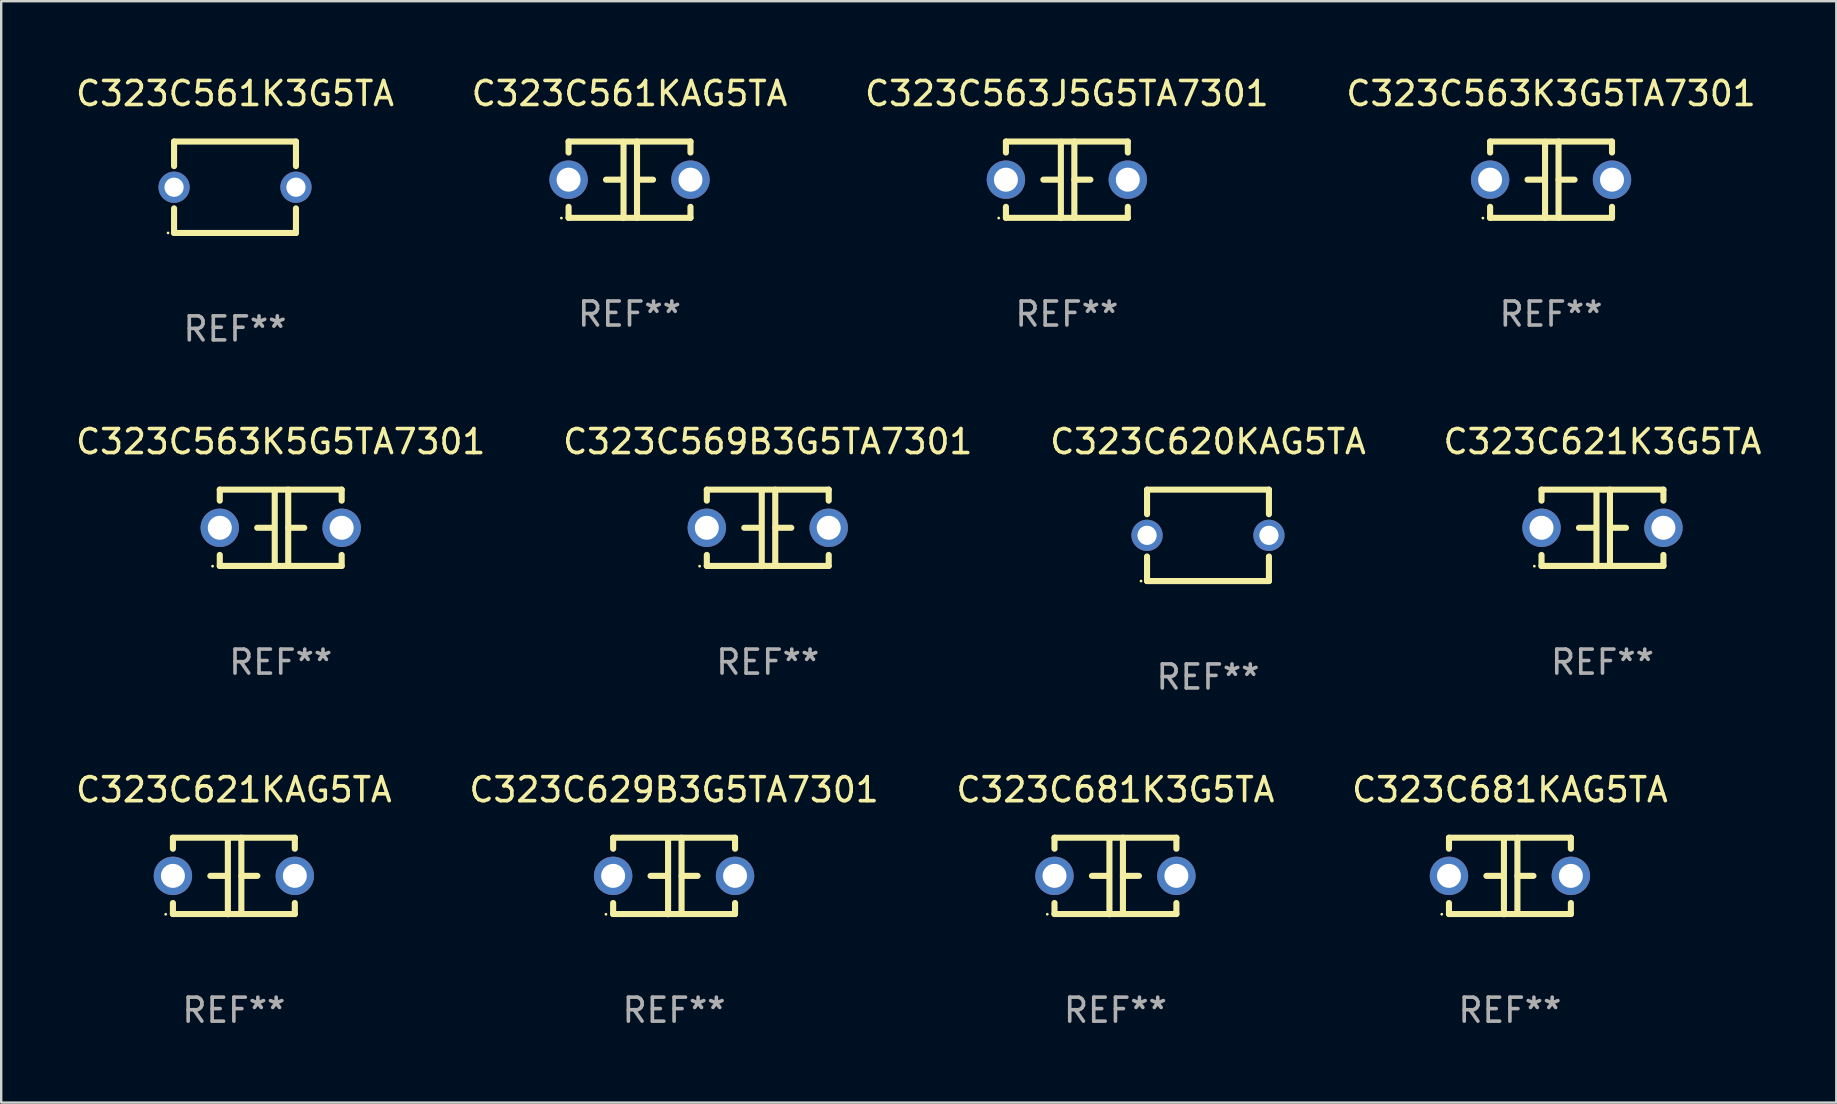
<source format=kicad_pcb>
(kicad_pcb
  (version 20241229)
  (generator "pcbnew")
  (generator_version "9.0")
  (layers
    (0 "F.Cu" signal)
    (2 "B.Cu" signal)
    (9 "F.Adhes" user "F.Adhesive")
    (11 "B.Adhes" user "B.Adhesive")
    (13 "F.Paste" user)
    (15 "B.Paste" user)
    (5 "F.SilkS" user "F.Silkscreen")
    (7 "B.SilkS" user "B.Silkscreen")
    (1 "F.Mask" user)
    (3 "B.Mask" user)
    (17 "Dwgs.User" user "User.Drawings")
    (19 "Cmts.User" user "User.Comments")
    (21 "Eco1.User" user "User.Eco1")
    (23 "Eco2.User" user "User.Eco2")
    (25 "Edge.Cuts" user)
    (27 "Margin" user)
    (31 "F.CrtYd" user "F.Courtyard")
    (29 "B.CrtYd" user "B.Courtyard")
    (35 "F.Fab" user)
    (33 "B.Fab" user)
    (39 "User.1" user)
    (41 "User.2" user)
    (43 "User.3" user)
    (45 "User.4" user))
  (footprint "C323C621K3G5TA"
    (layer "F.Cu")
    (at 63.732 18.95)
    (property "Reference" "C323C621K3G5TA" (at 0 -3.595 0) (layer "F.SilkS") (effects (font (size 1 1) (thickness 0.15))))
    (attr through_hole)
    (fp_line (start -2.54 -1.595) (end -2.54 -1.136) (stroke (width 0.254) (type solid)) (layer "F.SilkS"))
    (fp_line (start -2.54 -1.595) (end 2.54 -1.595) (stroke (width 0.254) (type solid)) (layer "F.SilkS"))
    (fp_line (start -2.54 1.126) (end -2.54 1.585) (stroke (width 0.254) (type solid)) (layer "F.SilkS"))
    (fp_line (start -0.312 -0.005) (end -0.98 -0.005) (stroke (width 0.254) (type solid)) (layer "F.SilkS"))
    (fp_line (start -0.25 -1.585) (end -0.25 1.595) (stroke (width 0.254) (type solid)) (layer "F.SilkS"))
    (fp_line (start 0.312 -1.595) (end 0.312 1.585) (stroke (width 0.254) (type solid)) (layer "F.SilkS"))
    (fp_line (start 0.312 -0.005) (end 0.98 -0.005) (stroke (width 0.254) (type solid)) (layer "F.SilkS"))
    (fp_line (start 2.54 -1.595) (end 2.54 -1.136) (stroke (width 0.254) (type solid)) (layer "F.SilkS"))
    (fp_line (start 2.54 1.126) (end 2.54 1.585) (stroke (width 0.254) (type solid)) (layer "F.SilkS"))
    (fp_line (start 2.54 1.585) (end -2.54 1.585) (stroke (width 0.254) (type solid)) (layer "F.SilkS"))
    (fp_circle (center -2.84 1.595) (end -2.81 1.595) (stroke (width 0.06) (type solid)) (fill no) (layer "F.SilkS"))
    (fp_text user "REF**" (at 0 5.595 0) (layer "F.Fab") (effects (font (size 1 1) (thickness 0.15))))
    (pad "1" thru_hole circle (at -2.54 -0.005) (size 1.6 1.6) (drill 1) (layers "*.Cu" "*.Mask"))
    (pad "2" thru_hole circle (at 2.54 -0.005) (size 1.6 1.6) (drill 1) (layers "*.Cu" "*.Mask")))
  (footprint "C323C561KAG5TA"
    (layer "F.Cu")
    (at 23.185 4.443)
    (property "Reference" "C323C561KAG5TA" (at 0 -3.595 0) (layer "F.SilkS") (effects (font (size 1 1) (thickness 0.15))))
    (attr through_hole)
    (fp_line (start -2.54 -1.595) (end -2.54 -1.136) (stroke (width 0.254) (type solid)) (layer "F.SilkS"))
    (fp_line (start -2.54 -1.595) (end 2.54 -1.595) (stroke (width 0.254) (type solid)) (layer "F.SilkS"))
    (fp_line (start -2.54 1.126) (end -2.54 1.585) (stroke (width 0.254) (type solid)) (layer "F.SilkS"))
    (fp_line (start -0.312 -0.005) (end -0.98 -0.005) (stroke (width 0.254) (type solid)) (layer "F.SilkS"))
    (fp_line (start -0.25 -1.585) (end -0.25 1.595) (stroke (width 0.254) (type solid)) (layer "F.SilkS"))
    (fp_line (start 0.312 -1.595) (end 0.312 1.585) (stroke (width 0.254) (type solid)) (layer "F.SilkS"))
    (fp_line (start 0.312 -0.005) (end 0.98 -0.005) (stroke (width 0.254) (type solid)) (layer "F.SilkS"))
    (fp_line (start 2.54 -1.595) (end 2.54 -1.136) (stroke (width 0.254) (type solid)) (layer "F.SilkS"))
    (fp_line (start 2.54 1.126) (end 2.54 1.585) (stroke (width 0.254) (type solid)) (layer "F.SilkS"))
    (fp_line (start 2.54 1.585) (end -2.54 1.585) (stroke (width 0.254) (type solid)) (layer "F.SilkS"))
    (fp_circle (center -2.84 1.595) (end -2.81 1.595) (stroke (width 0.06) (type solid)) (fill no) (layer "F.SilkS"))
    (fp_text user "REF**" (at 0 5.595 0) (layer "F.Fab") (effects (font (size 1 1) (thickness 0.15))))
    (pad "1" thru_hole circle (at -2.54 -0.005) (size 1.6 1.6) (drill 1) (layers "*.Cu" "*.Mask"))
    (pad "2" thru_hole circle (at 2.54 -0.005) (size 1.6 1.6) (drill 1) (layers "*.Cu" "*.Mask")))
  (footprint "C323C621KAG5TA"
    (layer "F.Cu")
    (at 6.696 33.456)
    (property "Reference" "C323C621KAG5TA" (at 0 -3.595 0) (layer "F.SilkS") (effects (font (size 1 1) (thickness 0.15))))
    (attr through_hole)
    (fp_line (start -2.54 -1.595) (end -2.54 -1.136) (stroke (width 0.254) (type solid)) (layer "F.SilkS"))
    (fp_line (start -2.54 -1.595) (end 2.54 -1.595) (stroke (width 0.254) (type solid)) (layer "F.SilkS"))
    (fp_line (start -2.54 1.126) (end -2.54 1.585) (stroke (width 0.254) (type solid)) (layer "F.SilkS"))
    (fp_line (start -0.312 -0.005) (end -0.98 -0.005) (stroke (width 0.254) (type solid)) (layer "F.SilkS"))
    (fp_line (start -0.25 -1.585) (end -0.25 1.595) (stroke (width 0.254) (type solid)) (layer "F.SilkS"))
    (fp_line (start 0.312 -1.595) (end 0.312 1.585) (stroke (width 0.254) (type solid)) (layer "F.SilkS"))
    (fp_line (start 0.312 -0.005) (end 0.98 -0.005) (stroke (width 0.254) (type solid)) (layer "F.SilkS"))
    (fp_line (start 2.54 -1.595) (end 2.54 -1.136) (stroke (width 0.254) (type solid)) (layer "F.SilkS"))
    (fp_line (start 2.54 1.126) (end 2.54 1.585) (stroke (width 0.254) (type solid)) (layer "F.SilkS"))
    (fp_line (start 2.54 1.585) (end -2.54 1.585) (stroke (width 0.254) (type solid)) (layer "F.SilkS"))
    (fp_circle (center -2.84 1.595) (end -2.81 1.595) (stroke (width 0.06) (type solid)) (fill no) (layer "F.SilkS"))
    (fp_text user "REF**" (at 0 5.595 0) (layer "F.Fab") (effects (font (size 1 1) (thickness 0.15))))
    (pad "1" thru_hole circle (at -2.54 -0.005) (size 1.6 1.6) (drill 1) (layers "*.Cu" "*.Mask"))
    (pad "2" thru_hole circle (at 2.54 -0.005) (size 1.6 1.6) (drill 1) (layers "*.Cu" "*.Mask")))
  (footprint "C323C563K5G5TA7301"
    (layer "F.Cu")
    (at 8.649 18.95)
    (property "Reference" "C323C563K5G5TA7301" (at 0 -3.595 0) (layer "F.SilkS") (effects (font (size 1 1) (thickness 0.15))))
    (attr through_hole)
    (fp_line (start -2.54 -1.595) (end -2.54 -1.136) (stroke (width 0.254) (type solid)) (layer "F.SilkS"))
    (fp_line (start -2.54 -1.595) (end 2.54 -1.595) (stroke (width 0.254) (type solid)) (layer "F.SilkS"))
    (fp_line (start -2.54 1.126) (end -2.54 1.585) (stroke (width 0.254) (type solid)) (layer "F.SilkS"))
    (fp_line (start -0.312 -0.005) (end -0.98 -0.005) (stroke (width 0.254) (type solid)) (layer "F.SilkS"))
    (fp_line (start -0.25 -1.585) (end -0.25 1.595) (stroke (width 0.254) (type solid)) (layer "F.SilkS"))
    (fp_line (start 0.312 -1.595) (end 0.312 1.585) (stroke (width 0.254) (type solid)) (layer "F.SilkS"))
    (fp_line (start 0.312 -0.005) (end 0.98 -0.005) (stroke (width 0.254) (type solid)) (layer "F.SilkS"))
    (fp_line (start 2.54 -1.595) (end 2.54 -1.136) (stroke (width 0.254) (type solid)) (layer "F.SilkS"))
    (fp_line (start 2.54 1.126) (end 2.54 1.585) (stroke (width 0.254) (type solid)) (layer "F.SilkS"))
    (fp_line (start 2.54 1.585) (end -2.54 1.585) (stroke (width 0.254) (type solid)) (layer "F.SilkS"))
    (fp_circle (center -2.84 1.595) (end -2.81 1.595) (stroke (width 0.06) (type solid)) (fill no) (layer "F.SilkS"))
    (fp_text user "REF**" (at 0 5.595 0) (layer "F.Fab") (effects (font (size 1 1) (thickness 0.15))))
    (pad "1" thru_hole circle (at -2.54 -0.005) (size 1.6 1.6) (drill 1) (layers "*.Cu" "*.Mask"))
    (pad "2" thru_hole circle (at 2.54 -0.005) (size 1.6 1.6) (drill 1) (layers "*.Cu" "*.Mask")))
  (footprint "C323C563J5G5TA7301"
    (layer "F.Cu")
    (at 41.411 4.443)
    (property "Reference" "C323C563J5G5TA7301" (at 0 -3.595 0) (layer "F.SilkS") (effects (font (size 1 1) (thickness 0.15))))
    (attr through_hole)
    (fp_line (start -2.54 -1.595) (end -2.54 -1.136) (stroke (width 0.254) (type solid)) (layer "F.SilkS"))
    (fp_line (start -2.54 -1.595) (end 2.54 -1.595) (stroke (width 0.254) (type solid)) (layer "F.SilkS"))
    (fp_line (start -2.54 1.126) (end -2.54 1.585) (stroke (width 0.254) (type solid)) (layer "F.SilkS"))
    (fp_line (start -0.312 -0.005) (end -0.98 -0.005) (stroke (width 0.254) (type solid)) (layer "F.SilkS"))
    (fp_line (start -0.25 -1.585) (end -0.25 1.595) (stroke (width 0.254) (type solid)) (layer "F.SilkS"))
    (fp_line (start 0.312 -1.595) (end 0.312 1.585) (stroke (width 0.254) (type solid)) (layer "F.SilkS"))
    (fp_line (start 0.312 -0.005) (end 0.98 -0.005) (stroke (width 0.254) (type solid)) (layer "F.SilkS"))
    (fp_line (start 2.54 -1.595) (end 2.54 -1.136) (stroke (width 0.254) (type solid)) (layer "F.SilkS"))
    (fp_line (start 2.54 1.126) (end 2.54 1.585) (stroke (width 0.254) (type solid)) (layer "F.SilkS"))
    (fp_line (start 2.54 1.585) (end -2.54 1.585) (stroke (width 0.254) (type solid)) (layer "F.SilkS"))
    (fp_circle (center -2.84 1.595) (end -2.81 1.595) (stroke (width 0.06) (type solid)) (fill no) (layer "F.SilkS"))
    (fp_text user "REF**" (at 0 5.595 0) (layer "F.Fab") (effects (font (size 1 1) (thickness 0.15))))
    (pad "1" thru_hole circle (at -2.54 -0.005) (size 1.6 1.6) (drill 1) (layers "*.Cu" "*.Mask"))
    (pad "2" thru_hole circle (at 2.54 -0.005) (size 1.6 1.6) (drill 1) (layers "*.Cu" "*.Mask")))
  (footprint "C323C629B3G5TA7301"
    (layer "F.Cu")
    (at 25.042 33.456)
    (property "Reference" "C323C629B3G5TA7301" (at 0 -3.595 0) (layer "F.SilkS") (effects (font (size 1 1) (thickness 0.15))))
    (attr through_hole)
    (fp_line (start -2.54 -1.595) (end -2.54 -1.136) (stroke (width 0.254) (type solid)) (layer "F.SilkS"))
    (fp_line (start -2.54 -1.595) (end 2.54 -1.595) (stroke (width 0.254) (type solid)) (layer "F.SilkS"))
    (fp_line (start -2.54 1.126) (end -2.54 1.585) (stroke (width 0.254) (type solid)) (layer "F.SilkS"))
    (fp_line (start -0.312 -0.005) (end -0.98 -0.005) (stroke (width 0.254) (type solid)) (layer "F.SilkS"))
    (fp_line (start -0.25 -1.585) (end -0.25 1.595) (stroke (width 0.254) (type solid)) (layer "F.SilkS"))
    (fp_line (start 0.312 -1.595) (end 0.312 1.585) (stroke (width 0.254) (type solid)) (layer "F.SilkS"))
    (fp_line (start 0.312 -0.005) (end 0.98 -0.005) (stroke (width 0.254) (type solid)) (layer "F.SilkS"))
    (fp_line (start 2.54 -1.595) (end 2.54 -1.136) (stroke (width 0.254) (type solid)) (layer "F.SilkS"))
    (fp_line (start 2.54 1.126) (end 2.54 1.585) (stroke (width 0.254) (type solid)) (layer "F.SilkS"))
    (fp_line (start 2.54 1.585) (end -2.54 1.585) (stroke (width 0.254) (type solid)) (layer "F.SilkS"))
    (fp_circle (center -2.84 1.595) (end -2.81 1.595) (stroke (width 0.06) (type solid)) (fill no) (layer "F.SilkS"))
    (fp_text user "REF**" (at 0 5.595 0) (layer "F.Fab") (effects (font (size 1 1) (thickness 0.15))))
    (pad "1" thru_hole circle (at -2.54 -0.005) (size 1.6 1.6) (drill 1) (layers "*.Cu" "*.Mask"))
    (pad "2" thru_hole circle (at 2.54 -0.005) (size 1.6 1.6) (drill 1) (layers "*.Cu" "*.Mask")))
  (footprint "C323C681K3G5TA"
    (layer "F.Cu")
    (at 43.435 33.456)
    (property "Reference" "C323C681K3G5TA" (at 0 -3.595 0) (layer "F.SilkS") (effects (font (size 1 1) (thickness 0.15))))
    (attr through_hole)
    (fp_line (start -2.54 -1.595) (end -2.54 -1.136) (stroke (width 0.254) (type solid)) (layer "F.SilkS"))
    (fp_line (start -2.54 -1.595) (end 2.54 -1.595) (stroke (width 0.254) (type solid)) (layer "F.SilkS"))
    (fp_line (start -2.54 1.126) (end -2.54 1.585) (stroke (width 0.254) (type solid)) (layer "F.SilkS"))
    (fp_line (start -0.312 -0.005) (end -0.98 -0.005) (stroke (width 0.254) (type solid)) (layer "F.SilkS"))
    (fp_line (start -0.25 -1.585) (end -0.25 1.595) (stroke (width 0.254) (type solid)) (layer "F.SilkS"))
    (fp_line (start 0.312 -1.595) (end 0.312 1.585) (stroke (width 0.254) (type solid)) (layer "F.SilkS"))
    (fp_line (start 0.312 -0.005) (end 0.98 -0.005) (stroke (width 0.254) (type solid)) (layer "F.SilkS"))
    (fp_line (start 2.54 -1.595) (end 2.54 -1.136) (stroke (width 0.254) (type solid)) (layer "F.SilkS"))
    (fp_line (start 2.54 1.126) (end 2.54 1.585) (stroke (width 0.254) (type solid)) (layer "F.SilkS"))
    (fp_line (start 2.54 1.585) (end -2.54 1.585) (stroke (width 0.254) (type solid)) (layer "F.SilkS"))
    (fp_circle (center -2.84 1.595) (end -2.81 1.595) (stroke (width 0.06) (type solid)) (fill no) (layer "F.SilkS"))
    (fp_text user "REF**" (at 0 5.595 0) (layer "F.Fab") (effects (font (size 1 1) (thickness 0.15))))
    (pad "1" thru_hole circle (at -2.54 -0.005) (size 1.6 1.6) (drill 1) (layers "*.Cu" "*.Mask"))
    (pad "2" thru_hole circle (at 2.54 -0.005) (size 1.6 1.6) (drill 1) (layers "*.Cu" "*.Mask")))
  (footprint "C323C569B3G5TA7301"
    (layer "F.Cu")
    (at 28.946 18.95)
    (property "Reference" "C323C569B3G5TA7301" (at 0 -3.595 0) (layer "F.SilkS") (effects (font (size 1 1) (thickness 0.15))))
    (attr through_hole)
    (fp_line (start -2.54 -1.595) (end -2.54 -1.136) (stroke (width 0.254) (type solid)) (layer "F.SilkS"))
    (fp_line (start -2.54 -1.595) (end 2.54 -1.595) (stroke (width 0.254) (type solid)) (layer "F.SilkS"))
    (fp_line (start -2.54 1.126) (end -2.54 1.585) (stroke (width 0.254) (type solid)) (layer "F.SilkS"))
    (fp_line (start -0.312 -0.005) (end -0.98 -0.005) (stroke (width 0.254) (type solid)) (layer "F.SilkS"))
    (fp_line (start -0.25 -1.585) (end -0.25 1.595) (stroke (width 0.254) (type solid)) (layer "F.SilkS"))
    (fp_line (start 0.312 -1.595) (end 0.312 1.585) (stroke (width 0.254) (type solid)) (layer "F.SilkS"))
    (fp_line (start 0.312 -0.005) (end 0.98 -0.005) (stroke (width 0.254) (type solid)) (layer "F.SilkS"))
    (fp_line (start 2.54 -1.595) (end 2.54 -1.136) (stroke (width 0.254) (type solid)) (layer "F.SilkS"))
    (fp_line (start 2.54 1.126) (end 2.54 1.585) (stroke (width 0.254) (type solid)) (layer "F.SilkS"))
    (fp_line (start 2.54 1.585) (end -2.54 1.585) (stroke (width 0.254) (type solid)) (layer "F.SilkS"))
    (fp_circle (center -2.84 1.595) (end -2.81 1.595) (stroke (width 0.06) (type solid)) (fill no) (layer "F.SilkS"))
    (fp_text user "REF**" (at 0 5.595 0) (layer "F.Fab") (effects (font (size 1 1) (thickness 0.15))))
    (pad "1" thru_hole circle (at -2.54 -0.005) (size 1.6 1.6) (drill 1) (layers "*.Cu" "*.Mask"))
    (pad "2" thru_hole circle (at 2.54 -0.005) (size 1.6 1.6) (drill 1) (layers "*.Cu" "*.Mask")))
  (footprint "C323C681KAG5TA"
    (layer "F.Cu")
    (at 59.875 33.456)
    (property "Reference" "C323C681KAG5TA" (at 0 -3.595 0) (layer "F.SilkS") (effects (font (size 1 1) (thickness 0.15))))
    (attr through_hole)
    (fp_line (start -2.54 -1.595) (end -2.54 -1.136) (stroke (width 0.254) (type solid)) (layer "F.SilkS"))
    (fp_line (start -2.54 -1.595) (end 2.54 -1.595) (stroke (width 0.254) (type solid)) (layer "F.SilkS"))
    (fp_line (start -2.54 1.126) (end -2.54 1.585) (stroke (width 0.254) (type solid)) (layer "F.SilkS"))
    (fp_line (start -0.312 -0.005) (end -0.98 -0.005) (stroke (width 0.254) (type solid)) (layer "F.SilkS"))
    (fp_line (start -0.25 -1.585) (end -0.25 1.595) (stroke (width 0.254) (type solid)) (layer "F.SilkS"))
    (fp_line (start 0.312 -1.595) (end 0.312 1.585) (stroke (width 0.254) (type solid)) (layer "F.SilkS"))
    (fp_line (start 0.312 -0.005) (end 0.98 -0.005) (stroke (width 0.254) (type solid)) (layer "F.SilkS"))
    (fp_line (start 2.54 -1.595) (end 2.54 -1.136) (stroke (width 0.254) (type solid)) (layer "F.SilkS"))
    (fp_line (start 2.54 1.126) (end 2.54 1.585) (stroke (width 0.254) (type solid)) (layer "F.SilkS"))
    (fp_line (start 2.54 1.585) (end -2.54 1.585) (stroke (width 0.254) (type solid)) (layer "F.SilkS"))
    (fp_circle (center -2.84 1.595) (end -2.81 1.595) (stroke (width 0.06) (type solid)) (fill no) (layer "F.SilkS"))
    (fp_text user "REF**" (at 0 5.595 0) (layer "F.Fab") (effects (font (size 1 1) (thickness 0.15))))
    (pad "1" thru_hole circle (at -2.54 -0.005) (size 1.6 1.6) (drill 1) (layers "*.Cu" "*.Mask"))
    (pad "2" thru_hole circle (at 2.54 -0.005) (size 1.6 1.6) (drill 1) (layers "*.Cu" "*.Mask")))
  (footprint "C323C620KAG5TA"
    (layer "F.Cu")
    (at 47.292 19.26)
    (property "Reference" "C323C620KAG5TA" (at 0 -3.905 0) (layer "F.SilkS") (effects (font (size 1 1) (thickness 0.15))))
    (attr through_hole)
    (fp_line (start -2.54 -1.905) (end -2.54 -0.881) (stroke (width 0.254) (type solid)) (layer "F.SilkS"))
    (fp_line (start -2.54 0.881) (end -2.54 1.905) (stroke (width 0.254) (type solid)) (layer "F.SilkS"))
    (fp_line (start -2.54 1.905) (end 2.54 1.905) (stroke (width 0.254) (type solid)) (layer "F.SilkS"))
    (fp_line (start 2.54 -1.905) (end -2.54 -1.905) (stroke (width 0.254) (type solid)) (layer "F.SilkS"))
    (fp_line (start 2.54 -0.881) (end 2.54 -1.905) (stroke (width 0.254) (type solid)) (layer "F.SilkS"))
    (fp_line (start 2.54 1.905) (end 2.54 0.881) (stroke (width 0.254) (type solid)) (layer "F.SilkS"))
    (fp_circle (center -2.79 1.905) (end -2.76 1.905) (stroke (width 0.06) (type solid)) (fill no) (layer "F.SilkS"))
    (fp_text user "REF**" (at 0 5.905 0) (layer "F.Fab") (effects (font (size 1 1) (thickness 0.15))))
    (pad "1" thru_hole circle (at -2.54 0) (size 1.3 1.3) (drill 0.8) (layers "*.Cu" "*.Mask"))
    (pad "2" thru_hole circle (at 2.54 0) (size 1.3 1.3) (drill 0.8) (layers "*.Cu" "*.Mask")))
  (footprint "C323C561K3G5TA"
    (layer "F.Cu")
    (at 6.744 4.753)
    (property "Reference" "C323C561K3G5TA" (at 0 -3.905 0) (layer "F.SilkS") (effects (font (size 1 1) (thickness 0.15))))
    (attr through_hole)
    (fp_line (start -2.54 -1.905) (end -2.54 -0.881) (stroke (width 0.254) (type solid)) (layer "F.SilkS"))
    (fp_line (start -2.54 0.881) (end -2.54 1.905) (stroke (width 0.254) (type solid)) (layer "F.SilkS"))
    (fp_line (start -2.54 1.905) (end 2.54 1.905) (stroke (width 0.254) (type solid)) (layer "F.SilkS"))
    (fp_line (start 2.54 -1.905) (end -2.54 -1.905) (stroke (width 0.254) (type solid)) (layer "F.SilkS"))
    (fp_line (start 2.54 -0.881) (end 2.54 -1.905) (stroke (width 0.254) (type solid)) (layer "F.SilkS"))
    (fp_line (start 2.54 1.905) (end 2.54 0.881) (stroke (width 0.254) (type solid)) (layer "F.SilkS"))
    (fp_circle (center -2.79 1.905) (end -2.76 1.905) (stroke (width 0.06) (type solid)) (fill no) (layer "F.SilkS"))
    (fp_text user "REF**" (at 0 5.905 0) (layer "F.Fab") (effects (font (size 1 1) (thickness 0.15))))
    (pad "1" thru_hole circle (at -2.54 0) (size 1.3 1.3) (drill 0.8) (layers "*.Cu" "*.Mask"))
    (pad "2" thru_hole circle (at 2.54 0) (size 1.3 1.3) (drill 0.8) (layers "*.Cu" "*.Mask")))
  (footprint "C323C563K3G5TA7301"
    (layer "F.Cu")
    (at 61.589 4.443)
    (property "Reference" "C323C563K3G5TA7301" (at 0 -3.595 0) (layer "F.SilkS") (effects (font (size 1 1) (thickness 0.15))))
    (attr through_hole)
    (fp_line (start -2.54 -1.595) (end -2.54 -1.136) (stroke (width 0.254) (type solid)) (layer "F.SilkS"))
    (fp_line (start -2.54 -1.595) (end 2.54 -1.595) (stroke (width 0.254) (type solid)) (layer "F.SilkS"))
    (fp_line (start -2.54 1.126) (end -2.54 1.585) (stroke (width 0.254) (type solid)) (layer "F.SilkS"))
    (fp_line (start -0.312 -0.005) (end -0.98 -0.005) (stroke (width 0.254) (type solid)) (layer "F.SilkS"))
    (fp_line (start -0.25 -1.585) (end -0.25 1.595) (stroke (width 0.254) (type solid)) (layer "F.SilkS"))
    (fp_line (start 0.312 -1.595) (end 0.312 1.585) (stroke (width 0.254) (type solid)) (layer "F.SilkS"))
    (fp_line (start 0.312 -0.005) (end 0.98 -0.005) (stroke (width 0.254) (type solid)) (layer "F.SilkS"))
    (fp_line (start 2.54 -1.595) (end 2.54 -1.136) (stroke (width 0.254) (type solid)) (layer "F.SilkS"))
    (fp_line (start 2.54 1.126) (end 2.54 1.585) (stroke (width 0.254) (type solid)) (layer "F.SilkS"))
    (fp_line (start 2.54 1.585) (end -2.54 1.585) (stroke (width 0.254) (type solid)) (layer "F.SilkS"))
    (fp_circle (center -2.84 1.595) (end -2.81 1.595) (stroke (width 0.06) (type solid)) (fill no) (layer "F.SilkS"))
    (fp_text user "REF**" (at 0 5.595 0) (layer "F.Fab") (effects (font (size 1 1) (thickness 0.15))))
    (pad "1" thru_hole circle (at -2.54 -0.005) (size 1.6 1.6) (drill 1) (layers "*.Cu" "*.Mask"))
    (pad "2" thru_hole circle (at 2.54 -0.005) (size 1.6 1.6) (drill 1) (layers "*.Cu" "*.Mask")))
  (gr_rect
    (start -3 -3)
    (end 73.476 42.899)
    (stroke (width 0.1) (type default))
    (fill no)
    (layer "Edge.Cuts")))
</source>
